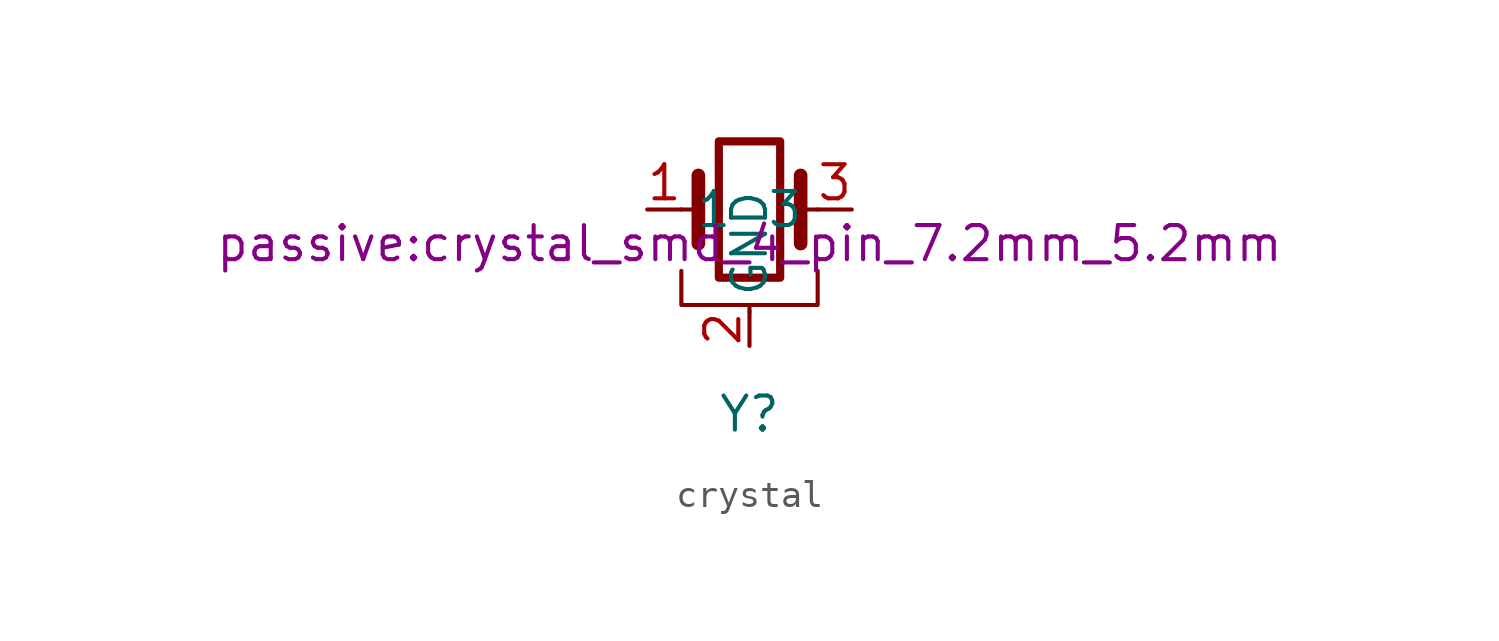
<source format=kicad_sym>
(kicad_symbol_lib
  (version 20220914)
  (generator kicad_symbol_editor)
  (symbol "crystal"
    (property "Reference" "Y"
      (at 0 -6.35 0)
      (effects (font (size 1.27 1.27))))
    (property "Value" ""
      (at 0 0 0)
      (effects (font (size 1.27 1.27))))
    (property "Footprint" "passive:crystal_smd_4_pin_7.2mm_5.2mm"
      (at 0 0 0)
      (effects (font (size 1.27 1.27))))
    (symbol "crystal_0_1"
      (rectangle (start -1.143 3.81) (end 1.143 -1.27) (stroke (width 0.305) (type default)) (fill (type none)))
      (polyline (pts (xy -2.54 1.27) (xy -1.905 1.27)) (stroke (width 0) (type default)) (fill (type none)))
      (polyline (pts (xy -1.905 0) (xy -1.905 2.54)) (stroke (width 0.508) (type default)) (fill (type none)))
      (polyline (pts (xy 0 -2.54) (xy 0 -2.286)) (stroke (width 0) (type default)) (fill (type none)))
      (polyline (pts (xy 1.905 1.27) (xy 2.54 1.27)) (stroke (width 0) (type default)) (fill (type none)))
      (polyline (pts (xy 1.905 2.54) (xy 1.905 0)) (stroke (width 0.508) (type default)) (fill (type none)))
      (polyline (pts (xy -2.54 -1.016) (xy -2.54 -2.286) (xy 2.54 -2.286) (xy 2.54 -1.016)) (stroke (width 0) (type default)) (fill (type none))))
    (symbol "crystal_1_1"
      (pin passive line (at -3.81 1.27 0) (length 1.27) (name "1" (effects (font (size 1.27 1.27)))) (number "1" (effects (font (size 1.27 1.27)))))
      (pin passive line (at 0 -3.81 90) (length 1.27) (name "GND" (effects (font (size 1.27 1.27)))) (number "2" (effects (font (size 1.27 1.27)))))
      (pin passive line (at 3.81 1.27 180) (length 1.27) (name "3" (effects (font (size 1.27 1.27)))) (number "3" (effects (font (size 1.27 1.27)))))
      (pin passive line (at 0 -3.81 90) (length 1.27) hide (name "GND" (effects (font (size 1.27 1.27)))) (number "4" (effects (font (size 1.27 1.27))))))))
</source>
